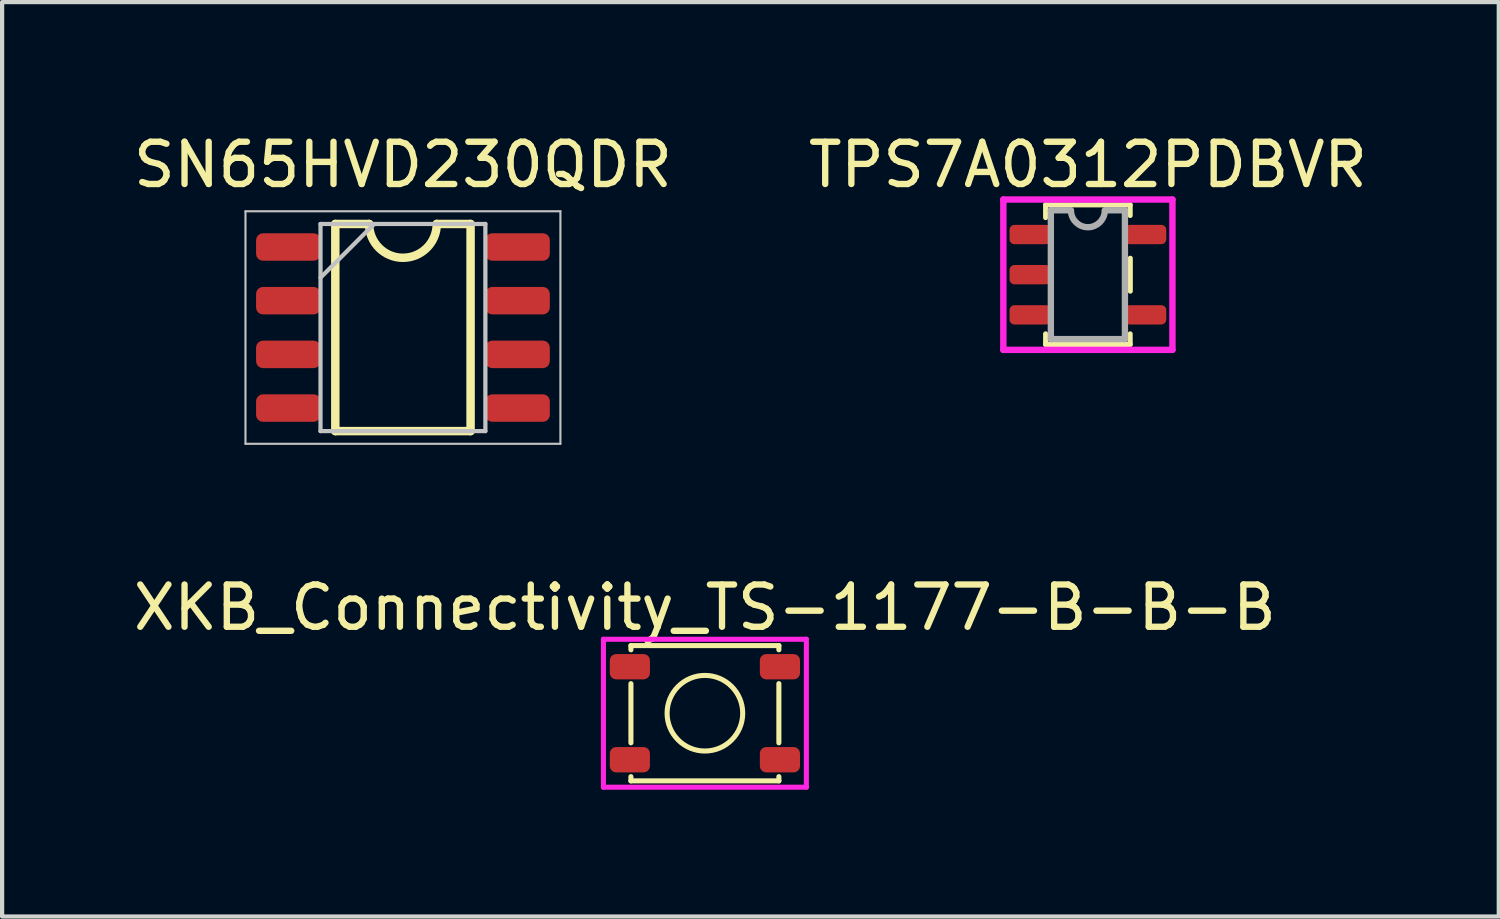
<source format=kicad_pcb>
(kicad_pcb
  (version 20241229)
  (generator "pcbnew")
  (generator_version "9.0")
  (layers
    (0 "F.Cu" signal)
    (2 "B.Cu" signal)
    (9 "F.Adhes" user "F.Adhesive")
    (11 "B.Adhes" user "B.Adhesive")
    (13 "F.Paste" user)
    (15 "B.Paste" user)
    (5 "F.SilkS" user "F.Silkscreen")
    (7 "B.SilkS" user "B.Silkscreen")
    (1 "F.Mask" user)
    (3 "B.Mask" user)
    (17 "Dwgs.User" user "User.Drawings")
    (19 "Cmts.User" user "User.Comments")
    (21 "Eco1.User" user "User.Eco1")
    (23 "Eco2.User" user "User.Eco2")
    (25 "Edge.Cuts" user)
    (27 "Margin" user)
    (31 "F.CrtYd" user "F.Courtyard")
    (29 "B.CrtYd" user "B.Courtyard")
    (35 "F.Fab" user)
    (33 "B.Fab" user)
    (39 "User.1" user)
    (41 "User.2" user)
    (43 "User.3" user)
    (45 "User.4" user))
  (footprint "TPS7A0312PDBVR"
    (layer "F.Cu")
    (at 22.685 3.448)
    (property "Reference" "TPS7A0312PDBVR" (at 0 -2.6 0) (layer "F.SilkS") (effects (font (size 1 1) (thickness 0.15))))
    (attr through_hole)
    (fp_line (start -1 -1.651) (end -1 -1.35) (stroke (width 0.12) (type solid)) (layer "F.SilkS"))
    (fp_line (start -1 1.65) (end -1 1.4) (stroke (width 0.12) (type solid)) (layer "F.SilkS"))
    (fp_line (start -1 1.65) (end 1 1.65) (stroke (width 0.12) (type solid)) (layer "F.SilkS"))
    (fp_line (start 1 -1.651) (end -1 -1.651) (stroke (width 0.12) (type solid)) (layer "F.SilkS"))
    (fp_line (start 1 -1.651) (end 1 -1.4) (stroke (width 0.12) (type solid)) (layer "F.SilkS"))
    (fp_line (start 1 1.65) (end 1 1.4) (stroke (width 0.12) (type solid)) (layer "F.SilkS"))
    (fp_line (start 1.003 0.389) (end 1.003 -0.389) (stroke (width 0.12) (type solid)) (layer "F.SilkS"))
    (fp_line (start -2 -1.778) (end 2 -1.778) (stroke (width 0.152) (type solid)) (layer "F.CrtYd"))
    (fp_line (start -2 1.778) (end -2 -1.778) (stroke (width 0.152) (type solid)) (layer "F.CrtYd"))
    (fp_line (start 2 -1.778) (end 2 1.778) (stroke (width 0.152) (type solid)) (layer "F.CrtYd"))
    (fp_line (start 2 1.778) (end -2 1.778) (stroke (width 0.152) (type solid)) (layer "F.CrtYd"))
    (fp_line (start -0.876 -1.524) (end -0.876 1.524) (stroke (width 0.15) (type solid)) (layer "F.Fab"))
    (fp_line (start -0.876 -1.524) (end -0.4 -1.524) (stroke (width 0.15) (type solid)) (layer "F.Fab"))
    (fp_line (start -0.876 1.524) (end 0.876 1.524) (stroke (width 0.15) (type solid)) (layer "F.Fab"))
    (fp_line (start 0.4 -1.524) (end 0.876 -1.524) (stroke (width 0.15) (type solid)) (layer "F.Fab"))
    (fp_line (start 0.876 1.524) (end 0.876 -1.524) (stroke (width 0.15) (type solid)) (layer "F.Fab"))
    (fp_arc (start 0.4 -1.5) (mid 0 -1.123281) (end -0.4 -1.5) (stroke (width 0.15) (type solid)) (layer "F.Fab"))
    (pad "1" smd roundrect (at -1.365 -0.95) (size 0.978 0.457) (layers "F.Cu" "F.Mask" "F.Paste") (roundrect_rratio 0.25))
    (pad "2" smd roundrect (at -1.365 0) (size 0.978 0.457) (layers "F.Cu" "F.Mask" "F.Paste") (roundrect_rratio 0.25))
    (pad "3" smd roundrect (at -1.365 0.95) (size 0.978 0.457) (layers "F.Cu" "F.Mask" "F.Paste") (roundrect_rratio 0.25))
    (pad "4" smd roundrect (at 1.365 0.95) (size 0.978 0.457) (layers "F.Cu" "F.Mask" "F.Paste") (roundrect_rratio 0.25))
    (pad "5" smd roundrect (at 1.365 -0.95) (size 0.978 0.457) (layers "F.Cu" "F.Mask" "F.Paste") (roundrect_rratio 0.25)))
  (footprint "XKB_Connectivity_TS-1177-B-B-B"
    (layer "F.Cu")
    (at 13.625 13.822)
    (property "Reference" "XKB_Connectivity_TS-1177-B-B-B" (at 0 -2.5 0) (layer "F.SilkS") (effects (font (size 1 1) (thickness 0.15))))
    (attr smd)
    (fp_line (start -1.75 -1.6) (end 1.75 -1.6) (stroke (width 0.12) (type solid)) (layer "F.SilkS"))
    (fp_line (start -1.75 -1.5) (end -1.75 -1.6) (stroke (width 0.12) (type solid)) (layer "F.SilkS"))
    (fp_line (start -1.75 0.7) (end -1.75 -0.7) (stroke (width 0.12) (type solid)) (layer "F.SilkS"))
    (fp_line (start -1.75 1.6) (end -1.75 1.5) (stroke (width 0.12) (type solid)) (layer "F.SilkS"))
    (fp_line (start 1.75 -1.6) (end 1.75 -1.5) (stroke (width 0.12) (type solid)) (layer "F.SilkS"))
    (fp_line (start 1.75 -0.7) (end 1.75 0.7) (stroke (width 0.12) (type solid)) (layer "F.SilkS"))
    (fp_line (start 1.75 1.5) (end 1.75 1.6) (stroke (width 0.12) (type solid)) (layer "F.SilkS"))
    (fp_line (start 1.75 1.6) (end -1.75 1.6) (stroke (width 0.12) (type solid)) (layer "F.SilkS"))
    (fp_circle (center 0 0) (end -0.4 -0.8) (stroke (width 0.12) (type solid)) (fill no) (layer "F.SilkS"))
    (fp_line (start -2.4 -1.75) (end -2.4 1.75) (stroke (width 0.12) (type solid)) (layer "F.CrtYd"))
    (fp_line (start -2.4 1.75) (end 2.4 1.75) (stroke (width 0.12) (type solid)) (layer "F.CrtYd"))
    (fp_line (start 2.4 -1.75) (end -2.4 -1.75) (stroke (width 0.12) (type solid)) (layer "F.CrtYd"))
    (fp_line (start 2.4 1.75) (end 2.4 -1.75) (stroke (width 0.12) (type solid)) (layer "F.CrtYd"))
    (pad "1" smd roundrect (at -1.775 -1.1) (size 0.95 0.6) (layers "F.Cu" "F.Mask" "F.Paste") (roundrect_rratio 0.25))
    (pad "2" smd roundrect (at 1.775 -1.1) (size 0.95 0.6) (layers "F.Cu" "F.Mask" "F.Paste") (roundrect_rratio 0.25))
    (pad "3" smd roundrect (at -1.775 1.1) (size 0.95 0.6) (layers "F.Cu" "F.Mask" "F.Paste") (roundrect_rratio 0.25))
    (pad "4" smd roundrect (at 1.775 1.1) (size 0.95 0.6) (layers "F.Cu" "F.Mask" "F.Paste") (roundrect_rratio 0.25)))
  (footprint "SN65HVD230QDR"
    (layer "F.Cu")
    (at 6.482 4.698)
    (property "Reference" "SN65HVD230QDR" (at 0 -3.85 0) (layer "F.SilkS") (effects (font (size 1 1) (thickness 0.15))))
    (attr smd)
    (fp_line (start -1.6 -2.45) (end -0.8 -2.45) (stroke (width 0.2) (type solid)) (layer "F.SilkS"))
    (fp_line (start -1.6 2.45) (end -1.6 -2.45) (stroke (width 0.2) (type solid)) (layer "F.SilkS"))
    (fp_line (start 0.8 -2.45) (end 1.6 -2.45) (stroke (width 0.2) (type solid)) (layer "F.SilkS"))
    (fp_line (start 1.6 -2.45) (end 1.6 2.45) (stroke (width 0.2) (type solid)) (layer "F.SilkS"))
    (fp_line (start 1.6 2.45) (end -1.6 2.45) (stroke (width 0.2) (type solid)) (layer "F.SilkS"))
    (fp_arc (start 0.8 -2.45) (mid 0 -1.65) (end -0.8 -2.45) (stroke (width 0.2) (type solid)) (layer "F.SilkS"))
    (fp_line (start -3.725 -2.75) (end 3.725 -2.75) (stroke (width 0.05) (type solid)) (layer "Dwgs.User"))
    (fp_line (start -3.725 2.75) (end -3.725 -2.75) (stroke (width 0.05) (type solid)) (layer "Dwgs.User"))
    (fp_line (start -1.95 -2.45) (end 1.95 -2.45) (stroke (width 0.1) (type solid)) (layer "Dwgs.User"))
    (fp_line (start -1.95 -1.18) (end -0.68 -2.45) (stroke (width 0.1) (type solid)) (layer "Dwgs.User"))
    (fp_line (start -1.95 2.45) (end -1.95 -2.45) (stroke (width 0.1) (type solid)) (layer "Dwgs.User"))
    (fp_line (start 1.95 -2.45) (end 1.95 2.45) (stroke (width 0.1) (type solid)) (layer "Dwgs.User"))
    (fp_line (start 1.95 2.45) (end -1.95 2.45) (stroke (width 0.1) (type solid)) (layer "Dwgs.User"))
    (fp_line (start 3.725 -2.75) (end 3.725 2.75) (stroke (width 0.05) (type solid)) (layer "Dwgs.User"))
    (fp_line (start 3.725 2.75) (end -3.725 2.75) (stroke (width 0.05) (type solid)) (layer "Dwgs.User"))
    (pad "1" smd roundrect (at -2.712 -1.905 90) (size 0.65 1.525) (layers "F.Cu" "F.Mask" "F.Paste") (roundrect_rratio 0.25))
    (pad "2" smd roundrect (at -2.712 -0.635 90) (size 0.65 1.525) (layers "F.Cu" "F.Mask" "F.Paste") (roundrect_rratio 0.25))
    (pad "3" smd roundrect (at -2.712 0.635 90) (size 0.65 1.525) (layers "F.Cu" "F.Mask" "F.Paste") (roundrect_rratio 0.25))
    (pad "4" smd roundrect (at -2.712 1.905 90) (size 0.65 1.525) (layers "F.Cu" "F.Mask" "F.Paste") (roundrect_rratio 0.25))
    (pad "5" smd roundrect (at 2.712 1.905 90) (size 0.65 1.525) (layers "F.Cu" "F.Mask" "F.Paste") (roundrect_rratio 0.25))
    (pad "6" smd roundrect (at 2.712 0.635 90) (size 0.65 1.525) (layers "F.Cu" "F.Mask" "F.Paste") (roundrect_rratio 0.25))
    (pad "7" smd roundrect (at 2.712 -0.635 90) (size 0.65 1.525) (layers "F.Cu" "F.Mask" "F.Paste") (roundrect_rratio 0.25))
    (pad "8" smd roundrect (at 2.712 -1.905 90) (size 0.65 1.525) (layers "F.Cu" "F.Mask" "F.Paste") (roundrect_rratio 0.25)))
  (gr_rect
    (start -3 -3)
    (end 32.405 18.631)
    (stroke (width 0.1) (type default))
    (fill no)
    (layer "Edge.Cuts")))
</source>
